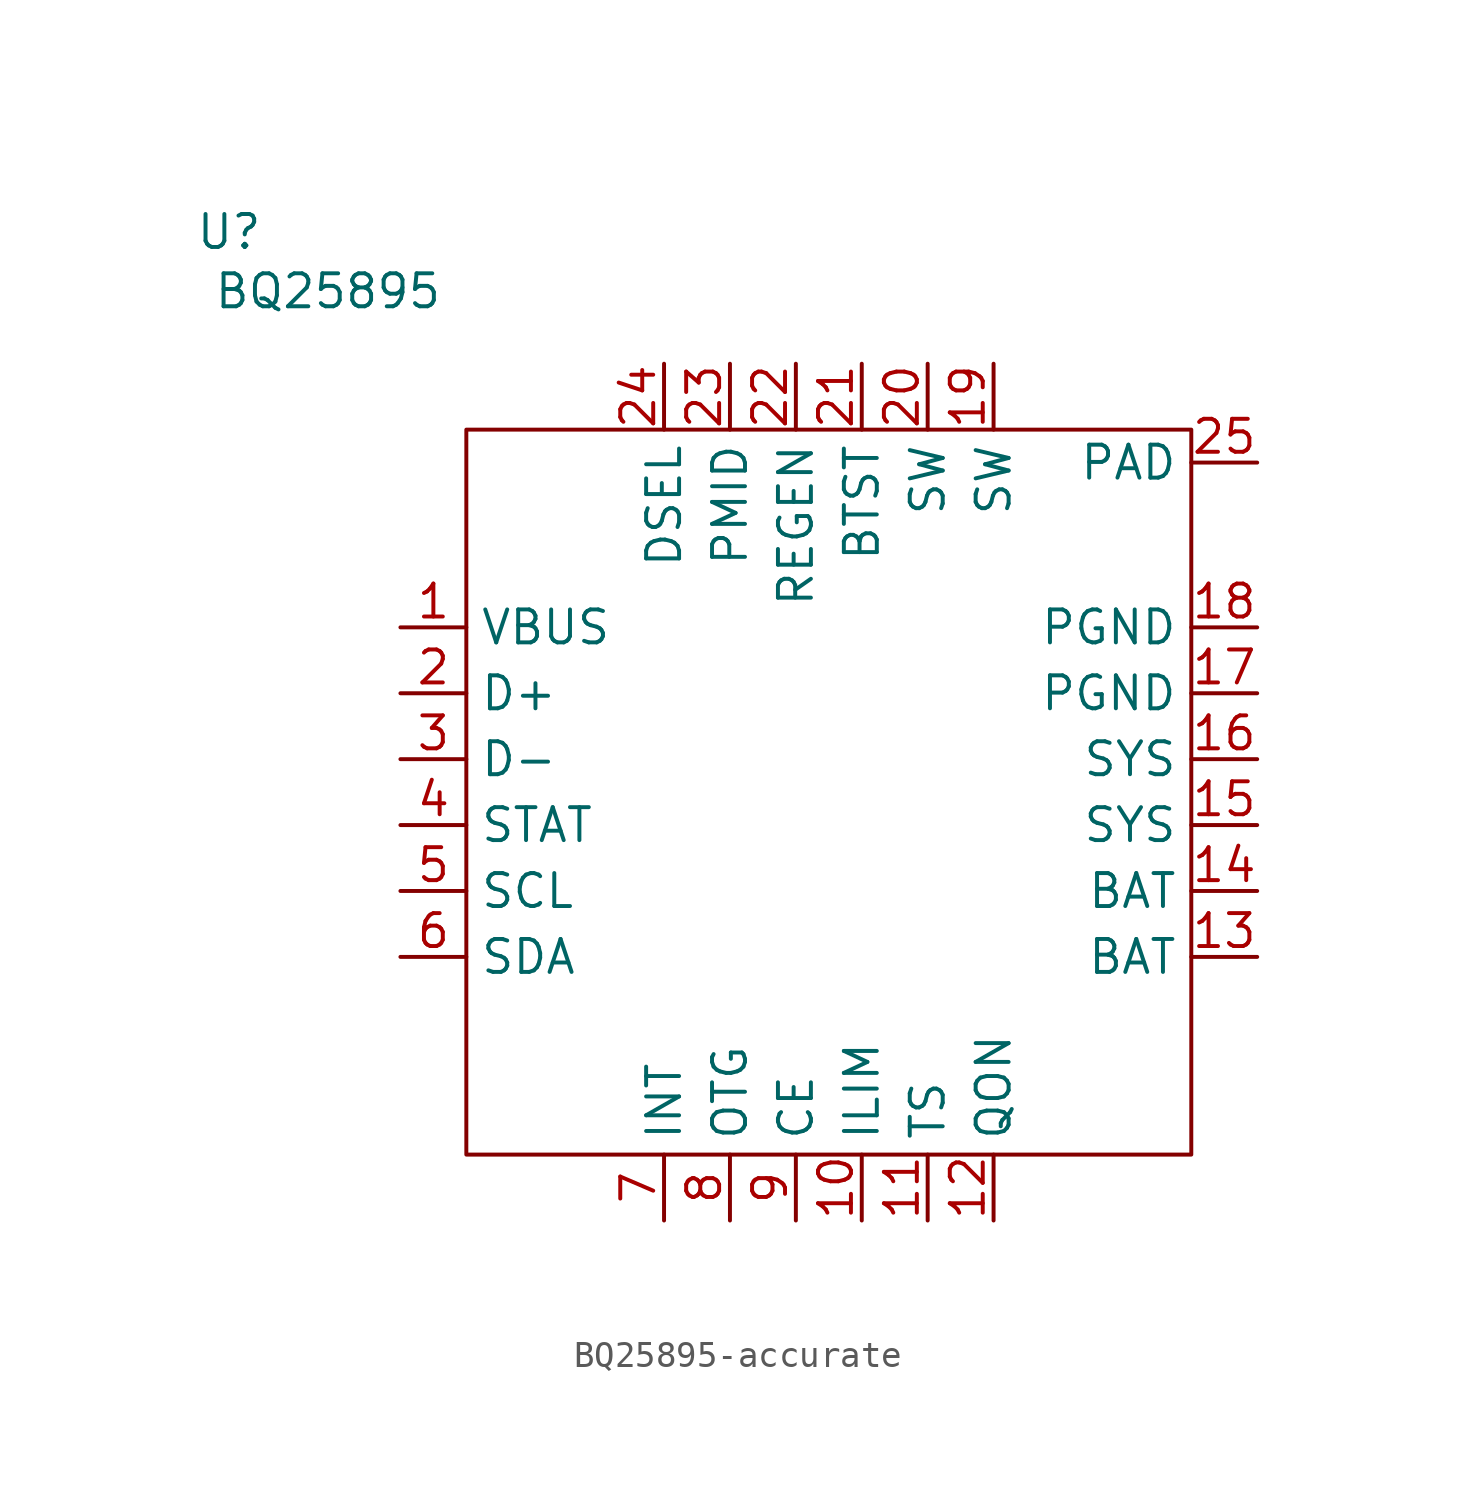
<source format=kicad_sym>
(kicad_symbol_lib
  (version 20231120)
  (generator "kicad_symbol_editor")
  (generator_version "8.0")
  (symbol "BQ25895-accurate"
    (property "Reference" "U"
      (at -9.144 7.62 0)
      (effects (font (size 1.27 1.27))))
    (property "Value" "BQ25895"
      (at -5.334 5.334 0)
      (effects (font (size 1.27 1.27))))
    (symbol "BQ25895-accurate_0_1"
      (rectangle (start 0 0) (end 27.94 -27.94) (stroke (width 0) (type default)) (fill (type none))))
    (symbol "BQ25895-accurate_1_1"
      (pin power_in line (at -2.54 -7.62 0) (length 2.54) (name "VBUS" (effects (font (size 1.27 1.27)))) (number "1" (effects (font (size 1.27 1.27)))))
      (pin input line (at 15.24 -30.48 90) (length 2.54) (name "ILIM" (effects (font (size 1.27 1.27)))) (number "10" (effects (font (size 1.27 1.27)))))
      (pin input line (at 17.78 -30.48 90) (length 2.54) (name "TS" (effects (font (size 1.27 1.27)))) (number "11" (effects (font (size 1.27 1.27)))))
      (pin input line (at 20.32 -30.48 90) (length 2.54) (name "QON" (effects (font (size 1.27 1.27)))) (number "12" (effects (font (size 1.27 1.27)))))
      (pin power_in line (at 30.48 -20.32 180) (length 2.54) (name "BAT" (effects (font (size 1.27 1.27)))) (number "13" (effects (font (size 1.27 1.27)))))
      (pin power_in line (at 30.48 -17.78 180) (length 2.54) (name "BAT" (effects (font (size 1.27 1.27)))) (number "14" (effects (font (size 1.27 1.27)))))
      (pin power_out line (at 30.48 -15.24 180) (length 2.54) (name "SYS" (effects (font (size 1.27 1.27)))) (number "15" (effects (font (size 1.27 1.27)))))
      (pin power_out line (at 30.48 -12.7 180) (length 2.54) (name "SYS" (effects (font (size 1.27 1.27)))) (number "16" (effects (font (size 1.27 1.27)))))
      (pin power_out line (at 30.48 -10.16 180) (length 2.54) (name "PGND" (effects (font (size 1.27 1.27)))) (number "17" (effects (font (size 1.27 1.27)))))
      (pin power_out line (at 30.48 -7.62 180) (length 2.54) (name "PGND" (effects (font (size 1.27 1.27)))) (number "18" (effects (font (size 1.27 1.27)))))
      (pin power_out line (at 20.32 2.54 270) (length 2.54) (name "SW" (effects (font (size 1.27 1.27)))) (number "19" (effects (font (size 1.27 1.27)))))
      (pin bidirectional line (at -2.54 -10.16 0) (length 2.54) (name "D+" (effects (font (size 1.27 1.27)))) (number "2" (effects (font (size 1.27 1.27)))))
      (pin power_out line (at 17.78 2.54 270) (length 2.54) (name "SW" (effects (font (size 1.27 1.27)))) (number "20" (effects (font (size 1.27 1.27)))))
      (pin power_out line (at 15.24 2.54 270) (length 2.54) (name "BTST" (effects (font (size 1.27 1.27)))) (number "21" (effects (font (size 1.27 1.27)))))
      (pin power_out line (at 12.7 2.54 270) (length 2.54) (name "REGEN" (effects (font (size 1.27 1.27)))) (number "22" (effects (font (size 1.27 1.27)))))
      (pin output line (at 10.16 2.54 270) (length 2.54) (name "PMID" (effects (font (size 1.27 1.27)))) (number "23" (effects (font (size 1.27 1.27)))))
      (pin output line (at 7.62 2.54 270) (length 2.54) (name "DSEL" (effects (font (size 1.27 1.27)))) (number "24" (effects (font (size 1.27 1.27)))))
      (pin power_out line (at 30.48 -1.27 180) (length 2.54) (name "PAD" (effects (font (size 1.27 1.27)))) (number "25" (effects (font (size 1.27 1.27)))))
      (pin bidirectional line (at -2.54 -12.7 0) (length 2.54) (name "D-" (effects (font (size 1.27 1.27)))) (number "3" (effects (font (size 1.27 1.27)))))
      (pin output line (at -2.54 -15.24 0) (length 2.54) (name "STAT" (effects (font (size 1.27 1.27)))) (number "4" (effects (font (size 1.27 1.27)))))
      (pin input line (at -2.54 -17.78 0) (length 2.54) (name "SCL" (effects (font (size 1.27 1.27)))) (number "5" (effects (font (size 1.27 1.27)))))
      (pin bidirectional line (at -2.54 -20.32 0) (length 2.54) (name "SDA" (effects (font (size 1.27 1.27)))) (number "6" (effects (font (size 1.27 1.27)))))
      (pin output line (at 7.62 -30.48 90) (length 2.54) (name "INT" (effects (font (size 1.27 1.27)))) (number "7" (effects (font (size 1.27 1.27)))))
      (pin input line (at 10.16 -30.48 90) (length 2.54) (name "OTG" (effects (font (size 1.27 1.27)))) (number "8" (effects (font (size 1.27 1.27)))))
      (pin input line (at 12.7 -30.48 90) (length 2.54) (name "CE" (effects (font (size 1.27 1.27)))) (number "9" (effects (font (size 1.27 1.27))))))))
</source>
